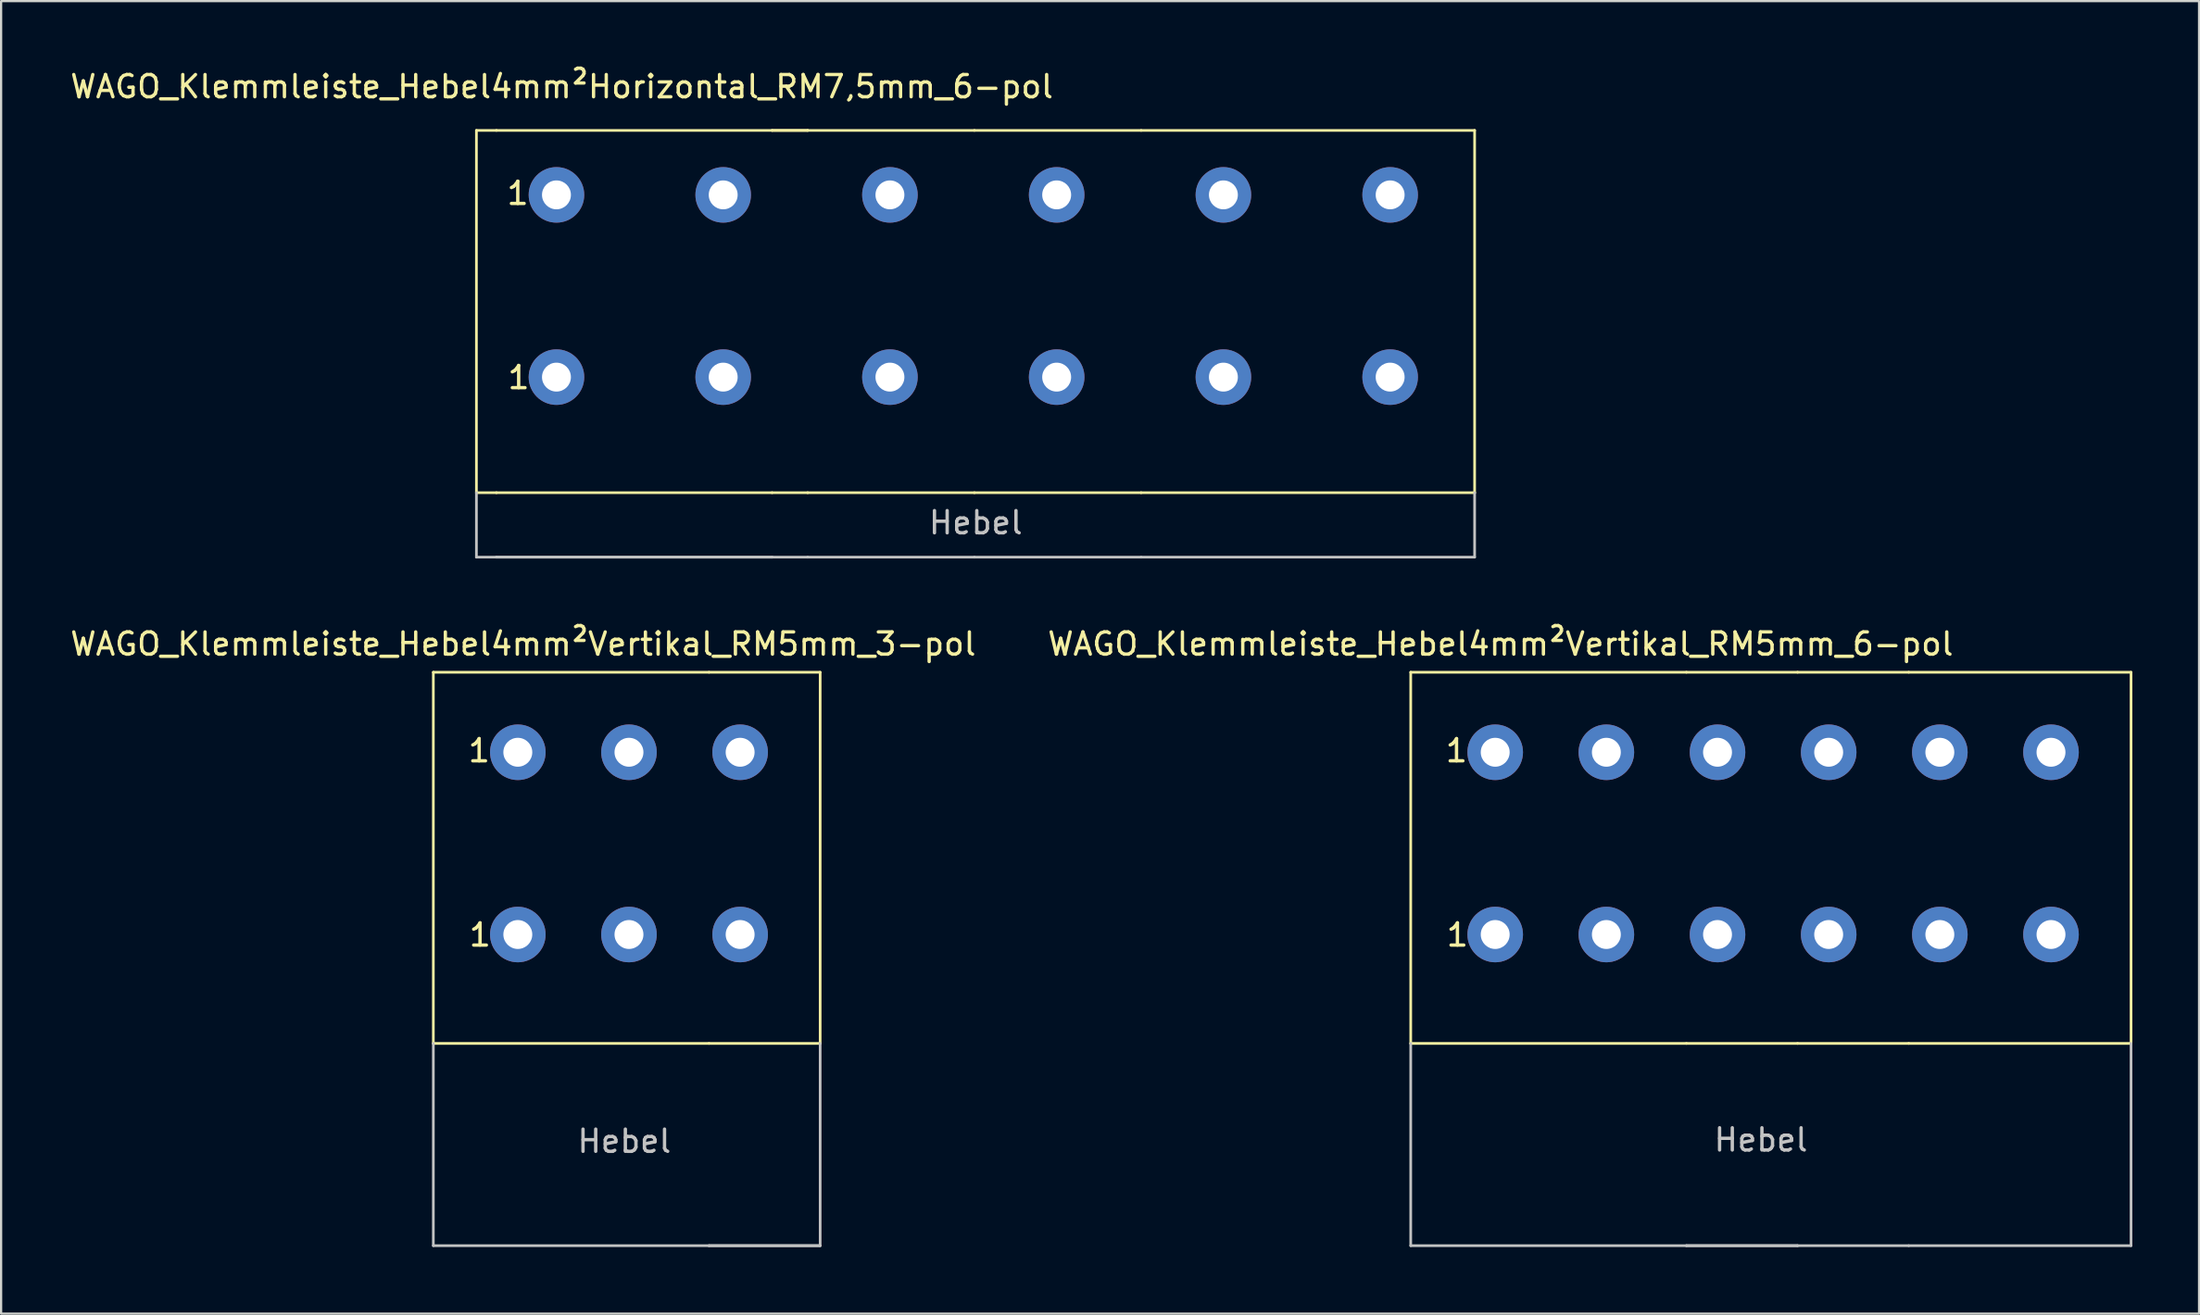
<source format=kicad_pcb>
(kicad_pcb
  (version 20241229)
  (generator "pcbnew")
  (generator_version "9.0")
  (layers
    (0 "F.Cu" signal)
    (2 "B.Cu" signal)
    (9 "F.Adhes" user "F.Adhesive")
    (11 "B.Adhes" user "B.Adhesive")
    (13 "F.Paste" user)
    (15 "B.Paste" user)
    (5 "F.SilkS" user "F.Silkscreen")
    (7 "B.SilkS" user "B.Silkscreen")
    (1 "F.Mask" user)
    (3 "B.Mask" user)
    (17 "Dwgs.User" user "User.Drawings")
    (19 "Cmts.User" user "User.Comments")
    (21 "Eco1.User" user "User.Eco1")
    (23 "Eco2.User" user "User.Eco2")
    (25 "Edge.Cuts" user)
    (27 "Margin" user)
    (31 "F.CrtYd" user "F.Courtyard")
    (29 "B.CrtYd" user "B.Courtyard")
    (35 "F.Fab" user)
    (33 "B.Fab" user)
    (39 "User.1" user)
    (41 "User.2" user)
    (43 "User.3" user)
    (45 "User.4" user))
  (footprint "WAGO_Klemmleiste_Hebel4mm²Vertikal_RM5mm_6-pol"
    (layer "F.Cu")
    (at 64.206 30.797)
    (property "Reference" "WAGO_Klemmleiste_Hebel4mm²Vertikal_RM5mm_6-pol" (at 0.24 -4.87 0) (layer "F.SilkS") (effects (font (size 1 1) (thickness 0.15))))
    (attr through_hole)
    (fp_line (start -3.8 -3.6) (end -3.8 13.1) (stroke (width 0.12) (type solid)) (layer "F.SilkS"))
    (fp_line (start -3.8 13.1) (end 8.6 13.1) (stroke (width 0.12) (type solid)) (layer "F.SilkS"))
    (fp_line (start 8.6 -3.6) (end -3.8 -3.6) (stroke (width 0.12) (type solid)) (layer "F.SilkS"))
    (fp_line (start 8.6 13.1) (end 13.6 13.1) (stroke (width 0.12) (type solid)) (layer "F.SilkS"))
    (fp_line (start 13.6 -3.6) (end 8.6 -3.6) (stroke (width 0.12) (type solid)) (layer "F.SilkS"))
    (fp_line (start 13.6 -3.6) (end 18.6 -3.6) (stroke (width 0.12) (type solid)) (layer "F.SilkS"))
    (fp_line (start 18.6 13.1) (end 13.6 13.1) (stroke (width 0.12) (type solid)) (layer "F.SilkS"))
    (fp_line (start 18.6 13.1) (end 28.6 13.1) (stroke (width 0.12) (type solid)) (layer "F.SilkS"))
    (fp_line (start 28.6 -3.6) (end 18.6 -3.6) (stroke (width 0.12) (type solid)) (layer "F.SilkS"))
    (fp_line (start 28.6 13.1) (end 28.6 -3.6) (stroke (width 0.12) (type solid)) (layer "F.SilkS"))
    (fp_line (start -3.8 13.1) (end -3.8 22.2) (stroke (width 0.12) (type solid)) (layer "Dwgs.User"))
    (fp_line (start -3.8 22.2) (end 8.6 22.2) (stroke (width 0.12) (type solid)) (layer "Dwgs.User"))
    (fp_line (start 8.6 22.2) (end 13.6 22.2) (stroke (width 0.12) (type solid)) (layer "Dwgs.User"))
    (fp_line (start 13.6 22.2) (end 8.6 22.2) (stroke (width 0.12) (type solid)) (layer "Dwgs.User"))
    (fp_line (start 13.6 22.2) (end 18.6 22.2) (stroke (width 0.12) (type solid)) (layer "Dwgs.User"))
    (fp_line (start 18.6 22.2) (end 28.6 22.2) (stroke (width 0.12) (type solid)) (layer "Dwgs.User"))
    (fp_line (start 28.6 22.2) (end 28.6 13.1) (stroke (width 0.12) (type solid)) (layer "Dwgs.User"))
    (fp_text user "1" (at -1.74 -0.07 0) (layer "F.SilkS") (effects (font (size 1 1) (thickness 0.15))))
    (fp_text user "1" (at -1.7 8.22 0) (layer "F.SilkS") (effects (font (size 1 1) (thickness 0.15))))
    (fp_text user "Hebel" (at 11.95 17.44 0) (layer "Dwgs.User") (effects (font (size 1 1) (thickness 0.15))))
    (pad "1" thru_hole circle (at 0 0) (size 2.5 2.5) (drill 1.3) (layers "*.Cu" "*.Mask"))
    (pad "1" thru_hole circle (at 0 8.2) (size 2.5 2.5) (drill 1.3) (layers "*.Cu" "*.Mask"))
    (pad "2" thru_hole circle (at 5 0) (size 2.5 2.5) (drill 1.3) (layers "*.Cu" "*.Mask"))
    (pad "2" thru_hole circle (at 5 8.2) (size 2.5 2.5) (drill 1.3) (layers "*.Cu" "*.Mask"))
    (pad "3" thru_hole circle (at 10 0) (size 2.5 2.5) (drill 1.3) (layers "*.Cu" "*.Mask"))
    (pad "3" thru_hole circle (at 10 8.2) (size 2.5 2.5) (drill 1.3) (layers "*.Cu" "*.Mask"))
    (pad "4" thru_hole circle (at 15 0) (size 2.5 2.5) (drill 1.3) (layers "*.Cu" "*.Mask"))
    (pad "4" thru_hole circle (at 15 8.2) (size 2.5 2.5) (drill 1.3) (layers "*.Cu" "*.Mask"))
    (pad "5" thru_hole circle (at 20 0) (size 2.5 2.5) (drill 1.3) (layers "*.Cu" "*.Mask"))
    (pad "5" thru_hole circle (at 20 8.2) (size 2.5 2.5) (drill 1.3) (layers "*.Cu" "*.Mask"))
    (pad "6" thru_hole circle (at 25 0) (size 2.5 2.5) (drill 1.3) (layers "*.Cu" "*.Mask"))
    (pad "6" thru_hole circle (at 25 8.2) (size 2.5 2.5) (drill 1.3) (layers "*.Cu" "*.Mask")))
  (footprint "WAGO_Klemmleiste_Hebel4mm²Vertikal_RM5mm_3-pol"
    (layer "F.Cu")
    (at 20.242 30.797)
    (property "Reference" "WAGO_Klemmleiste_Hebel4mm²Vertikal_RM5mm_3-pol" (at 0.24 -4.87 0) (layer "F.SilkS") (effects (font (size 1 1) (thickness 0.15))))
    (attr through_hole)
    (fp_line (start -3.8 -3.6) (end -3.8 13.1) (stroke (width 0.12) (type solid)) (layer "F.SilkS"))
    (fp_line (start -3.8 13.1) (end 8.6 13.1) (stroke (width 0.12) (type solid)) (layer "F.SilkS"))
    (fp_line (start 8.6 -3.6) (end -3.8 -3.6) (stroke (width 0.12) (type solid)) (layer "F.SilkS"))
    (fp_line (start 8.6 13.1) (end 13.6 13.1) (stroke (width 0.12) (type solid)) (layer "F.SilkS"))
    (fp_line (start 13.6 -3.6) (end 8.6 -3.6) (stroke (width 0.12) (type solid)) (layer "F.SilkS"))
    (fp_line (start 13.6 13.1) (end 13.6 -3.6) (stroke (width 0.12) (type solid)) (layer "F.SilkS"))
    (fp_line (start -3.8 13.1) (end -3.8 22.2) (stroke (width 0.12) (type solid)) (layer "Dwgs.User"))
    (fp_line (start -3.8 22.2) (end 8.6 22.2) (stroke (width 0.12) (type solid)) (layer "Dwgs.User"))
    (fp_line (start 8.6 22.2) (end 13.6 22.2) (stroke (width 0.12) (type solid)) (layer "Dwgs.User"))
    (fp_line (start 13.6 22.2) (end 8.6 22.2) (stroke (width 0.12) (type solid)) (layer "Dwgs.User"))
    (fp_line (start 13.6 22.2) (end 13.6 13.1) (stroke (width 0.12) (type solid)) (layer "Dwgs.User"))
    (fp_text user "1" (at -1.7 8.22 0) (layer "F.SilkS") (effects (font (size 1 1) (thickness 0.15))))
    (fp_text user "1" (at -1.74 -0.07 0) (layer "F.SilkS") (effects (font (size 1 1) (thickness 0.15))))
    (fp_text user "Hebel" (at 4.79 17.5 0) (layer "Dwgs.User") (effects (font (size 1 1) (thickness 0.15))))
    (pad "1" thru_hole circle (at 0 0) (size 2.5 2.5) (drill 1.3) (layers "*.Cu" "*.Mask"))
    (pad "1" thru_hole circle (at 0 8.2) (size 2.5 2.5) (drill 1.3) (layers "*.Cu" "*.Mask"))
    (pad "2" thru_hole circle (at 5 0) (size 2.5 2.5) (drill 1.3) (layers "*.Cu" "*.Mask"))
    (pad "2" thru_hole circle (at 5 8.2) (size 2.5 2.5) (drill 1.3) (layers "*.Cu" "*.Mask"))
    (pad "3" thru_hole circle (at 10 0) (size 2.5 2.5) (drill 1.3) (layers "*.Cu" "*.Mask"))
    (pad "3" thru_hole circle (at 10 8.2) (size 2.5 2.5) (drill 1.3) (layers "*.Cu" "*.Mask")))
  (footprint "WAGO_Klemmleiste_Hebel4mm²Horizontal_RM7,5mm_6-pol"
    (layer "F.Cu")
    (at 21.98 5.718)
    (property "Reference" "WAGO_Klemmleiste_Hebel4mm²Horizontal_RM7,5mm_6-pol" (at 0.24 -4.87 0) (layer "F.SilkS") (effects (font (size 1 1) (thickness 0.15))))
    (attr through_hole)
    (fp_line (start -3.6 -2.9) (end -3.6 13.4) (stroke (width 0.12) (type solid)) (layer "F.SilkS"))
    (fp_line (start -3.6 13.4) (end -2.7 13.4) (stroke (width 0.12) (type solid)) (layer "F.SilkS"))
    (fp_line (start -2.7 -2.9) (end -3.6 -2.9) (stroke (width 0.12) (type solid)) (layer "F.SilkS"))
    (fp_line (start -2.7 -2.9) (end 9.7 -2.9) (stroke (width 0.12) (type solid)) (layer "F.SilkS"))
    (fp_line (start 9.7 -2.9) (end 11.3 -2.9) (stroke (width 0.12) (type solid)) (layer "F.SilkS"))
    (fp_line (start 9.7 13.4) (end -2.7 13.4) (stroke (width 0.12) (type solid)) (layer "F.SilkS"))
    (fp_line (start 9.7 13.4) (end 11.3 13.4) (stroke (width 0.12) (type solid)) (layer "F.SilkS"))
    (fp_line (start 11.3 -2.9) (end 9.7 -2.9) (stroke (width 0.12) (type solid)) (layer "F.SilkS"))
    (fp_line (start 11.3 13.4) (end 18.8 13.4) (stroke (width 0.12) (type solid)) (layer "F.SilkS"))
    (fp_line (start 18.8 -2.9) (end 11.3 -2.9) (stroke (width 0.12) (type solid)) (layer "F.SilkS"))
    (fp_line (start 18.8 -2.9) (end 26.3 -2.9) (stroke (width 0.12) (type solid)) (layer "F.SilkS"))
    (fp_line (start 26.3 13.4) (end 18.8 13.4) (stroke (width 0.12) (type solid)) (layer "F.SilkS"))
    (fp_line (start 26.3 13.4) (end 41.3 13.4) (stroke (width 0.12) (type solid)) (layer "F.SilkS"))
    (fp_line (start 41.3 -2.9) (end 26.3 -2.9) (stroke (width 0.12) (type solid)) (layer "F.SilkS"))
    (fp_line (start 41.3 13.4) (end 41.3 -2.9) (stroke (width 0.12) (type solid)) (layer "F.SilkS"))
    (fp_line (start -3.6 13.4) (end -3.6 16.3) (stroke (width 0.12) (type solid)) (layer "Dwgs.User"))
    (fp_line (start -3.6 16.3) (end -2.7 16.3) (stroke (width 0.12) (type solid)) (layer "Dwgs.User"))
    (fp_line (start -2.7 16.3) (end 9.7 16.3) (stroke (width 0.12) (type solid)) (layer "Dwgs.User"))
    (fp_line (start -2.7 16.3) (end 9.7 16.3) (stroke (width 0.12) (type solid)) (layer "Dwgs.User"))
    (fp_line (start 11.3 16.3) (end 9.7 16.3) (stroke (width 0.12) (type solid)) (layer "Dwgs.User"))
    (fp_line (start 11.3 16.3) (end 18.8 16.3) (stroke (width 0.12) (type solid)) (layer "Dwgs.User"))
    (fp_line (start 26.3 16.3) (end 18.8 16.3) (stroke (width 0.12) (type solid)) (layer "Dwgs.User"))
    (fp_line (start 26.3 16.3) (end 41.3 16.3) (stroke (width 0.12) (type solid)) (layer "Dwgs.User"))
    (fp_line (start 41.3 16.3) (end 41.3 13.4) (stroke (width 0.12) (type solid)) (layer "Dwgs.User"))
    (fp_text user "1" (at -1.74 -0.07 0) (layer "F.SilkS") (effects (font (size 1 1) (thickness 0.15))))
    (fp_text user "1" (at -1.7 8.22 0) (layer "F.SilkS") (effects (font (size 1 1) (thickness 0.15))))
    (fp_text user "Hebel" (at 18.86 14.75 0) (layer "Dwgs.User") (effects (font (size 1 1) (thickness 0.15))))
    (pad "1" thru_hole circle (at 0 0) (size 2.5 2.5) (drill 1.3) (layers "*.Cu" "*.Mask"))
    (pad "1" thru_hole circle (at 0 8.2) (size 2.5 2.5) (drill 1.3) (layers "*.Cu" "*.Mask"))
    (pad "2" thru_hole circle (at 7.5 0) (size 2.5 2.5) (drill 1.3) (layers "*.Cu" "*.Mask"))
    (pad "2" thru_hole circle (at 7.5 8.2) (size 2.5 2.5) (drill 1.3) (layers "*.Cu" "*.Mask"))
    (pad "3" thru_hole circle (at 15 0) (size 2.5 2.5) (drill 1.3) (layers "*.Cu" "*.Mask"))
    (pad "3" thru_hole circle (at 15 8.2) (size 2.5 2.5) (drill 1.3) (layers "*.Cu" "*.Mask"))
    (pad "4" thru_hole circle (at 22.5 0) (size 2.5 2.5) (drill 1.3) (layers "*.Cu" "*.Mask"))
    (pad "4" thru_hole circle (at 22.5 8.2) (size 2.5 2.5) (drill 1.3) (layers "*.Cu" "*.Mask"))
    (pad "5" thru_hole circle (at 30 0) (size 2.5 2.5) (drill 1.3) (layers "*.Cu" "*.Mask"))
    (pad "5" thru_hole circle (at 30 8.2) (size 2.5 2.5) (drill 1.3) (layers "*.Cu" "*.Mask"))
    (pad "6" thru_hole circle (at 37.5 0) (size 2.5 2.5) (drill 1.3) (layers "*.Cu" "*.Mask"))
    (pad "6" thru_hole circle (at 37.5 8.2) (size 2.5 2.5) (drill 1.3) (layers "*.Cu" "*.Mask")))
  (gr_rect
    (start -3 -3)
    (end 95.866 56.056)
    (stroke (width 0.1) (type default))
    (fill no)
    (layer "Edge.Cuts")))
</source>
